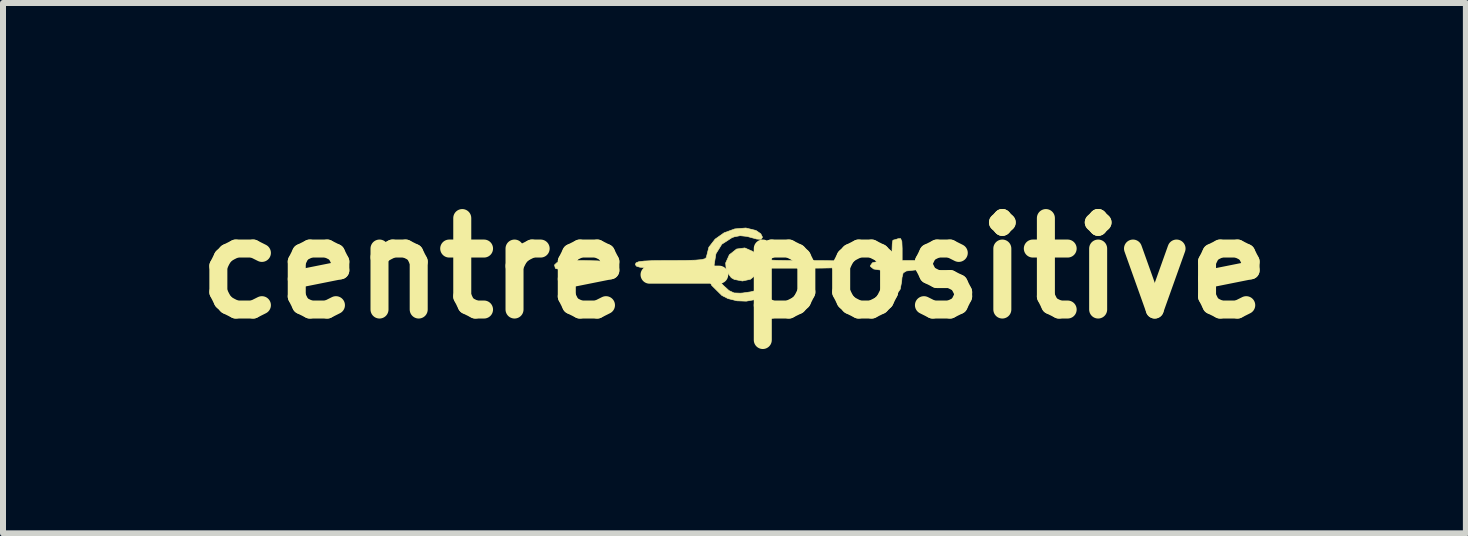
<source format=kicad_pcb>
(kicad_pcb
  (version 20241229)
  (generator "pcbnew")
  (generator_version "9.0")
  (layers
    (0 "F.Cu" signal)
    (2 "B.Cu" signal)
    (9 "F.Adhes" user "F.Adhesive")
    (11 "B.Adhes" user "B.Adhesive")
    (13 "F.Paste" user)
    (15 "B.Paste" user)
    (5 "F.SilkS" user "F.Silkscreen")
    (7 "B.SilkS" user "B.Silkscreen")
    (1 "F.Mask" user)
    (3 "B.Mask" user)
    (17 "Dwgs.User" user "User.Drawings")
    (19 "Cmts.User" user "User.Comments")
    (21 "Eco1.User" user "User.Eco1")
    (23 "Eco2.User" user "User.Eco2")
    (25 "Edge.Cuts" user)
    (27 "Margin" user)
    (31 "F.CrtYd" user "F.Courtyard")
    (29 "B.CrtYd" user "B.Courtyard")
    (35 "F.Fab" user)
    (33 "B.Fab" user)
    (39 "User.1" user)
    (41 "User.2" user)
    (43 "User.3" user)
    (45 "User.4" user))
  (footprint "centre-positive"
    (layer "F.Cu")
    (at 9.188 1.418)
    (property "Reference" "centre-positive" (at 0 0 0) (layer "F.SilkS") (effects (font (size 1.524 1.524) (thickness 0.3))))
    (attr through_hole)
    (fp_poly (pts (xy -2.276 -0.121) (xy -2.116 -0.101) (xy -2.038 -0.069) (xy -2.043 -0.024) (xy -2.079 0.004) (xy -2.149 0.022) (xy -2.274 0.034) (xy -2.435 0.04) (xy -2.607 0.04) (xy -2.769 0.035) (xy -2.9 0.024) (xy -2.975 0.007) (xy -2.985 0) (xy -2.999 -0.053) (xy -2.959 -0.091) (xy -2.858 -0.114) (xy -2.686 -0.125) (xy -2.519 -0.127) (xy -2.276 -0.121)) (stroke (width 0.01) (type solid)) (fill yes) (layer "F.SilkS"))
    (fp_poly (pts (xy 0.308 -0.277) (xy 0.356 -0.233) (xy 0.394 -0.194) (xy 0.435 -0.167) (xy 0.491 -0.148) (xy 0.578 -0.136) (xy 0.707 -0.13) (xy 0.892 -0.127) (xy 1.148 -0.127) (xy 1.18 -0.127) (xy 1.447 -0.126) (xy 1.642 -0.123) (xy 1.774 -0.115) (xy 1.854 -0.104) (xy 1.894 -0.087) (xy 1.905 -0.064) (xy 1.894 -0.04) (xy 1.854 -0.023) (xy 1.774 -0.012) (xy 1.643 -0.005) (xy 1.45 -0.001) (xy 1.184 -0.000002) (xy 1.169 0) (xy 0.433 0) (xy 0.364 0.106) (xy 0.266 0.185) (xy 0.133 0.214) (xy -0.003 0.188) (xy -0.053 0.159) (xy -0.136 0.049) (xy -0.147 -0.086) (xy -0.086 -0.222) (xy -0.084 -0.224) (xy 0.036 -0.319) (xy 0.172 -0.337) (xy 0.308 -0.277)) (stroke (width 0.01) (type solid)) (fill yes) (layer "F.SilkS"))
    (fp_poly (pts (xy 2.789 -0.444) (xy 2.794 -0.329) (xy 2.794 -0.322) (xy 2.794 -0.127) (xy 2.988 -0.127) (xy 3.107 -0.122) (xy 3.161 -0.101) (xy 3.168 -0.057) (xy 3.167 -0.053) (xy 3.129 0.001) (xy 3.028 0.029) (xy 2.976 0.034) (xy 2.864 0.047) (xy 2.811 0.079) (xy 2.791 0.158) (xy 2.786 0.221) (xy 2.762 0.35) (xy 2.718 0.414) (xy 2.662 0.403) (xy 2.654 0.396) (xy 2.635 0.338) (xy 2.625 0.232) (xy 2.625 0.207) (xy 2.62 0.107) (xy 2.591 0.058) (xy 2.513 0.04) (xy 2.445 0.034) (xy 2.319 0.014) (xy 2.267 -0.027) (xy 2.265 -0.042) (xy 2.298 -0.089) (xy 2.402 -0.115) (xy 2.445 -0.119) (xy 2.557 -0.131) (xy 2.609 -0.161) (xy 2.624 -0.232) (xy 2.625 -0.299) (xy 2.629 -0.404) (xy 2.639 -0.462) (xy 2.642 -0.466) (xy 2.692 -0.479) (xy 2.727 -0.491) (xy 2.768 -0.493) (xy 2.789 -0.444)) (stroke (width 0.01) (type solid)) (fill yes) (layer "F.SilkS"))
    (fp_poly (pts (xy 0.358 -0.628) (xy 0.438 -0.573) (xy 0.467 -0.516) (xy 0.444 -0.48) (xy 0.37 -0.485) (xy 0.209 -0.529) (xy 0.094 -0.541) (xy -0.004 -0.522) (xy -0.044 -0.507) (xy -0.211 -0.399) (xy -0.309 -0.24) (xy -0.339 -0.054) (xy -0.328 0.078) (xy -0.284 0.177) (xy -0.19 0.284) (xy -0.091 0.374) (xy -0.007 0.413) (xy 0.097 0.417) (xy 0.138 0.414) (xy 0.269 0.395) (xy 0.373 0.369) (xy 0.392 0.363) (xy 0.452 0.355) (xy 0.466 0.396) (xy 0.429 0.474) (xy 0.332 0.526) (xy 0.196 0.55) (xy 0.042 0.544) (xy -0.108 0.507) (xy -0.21 0.455) (xy -0.379 0.288) (xy -0.482 0.074) (xy -0.5 0.044) (xy -0.54 0.023) (xy -0.616 0.01) (xy -0.742 0.003) (xy -0.93 0.000342) (xy -1.078 0) (xy -1.313 -0.001) (xy -1.475 -0.006) (xy -1.577 -0.016) (xy -1.631 -0.032) (xy -1.65 -0.056) (xy -1.651 -0.064) (xy -1.639 -0.089) (xy -1.595 -0.107) (xy -1.508 -0.118) (xy -1.364 -0.125) (xy -1.152 -0.127) (xy -1.058 -0.127) (xy -0.82 -0.128) (xy -0.655 -0.133) (xy -0.549 -0.142) (xy -0.491 -0.157) (xy -0.468 -0.179) (xy -0.466 -0.193) (xy -0.427 -0.348) (xy -0.323 -0.483) (xy -0.173 -0.589) (xy 0.005 -0.654) (xy 0.19 -0.669) (xy 0.358 -0.628)) (stroke (width 0.01) (type solid)) (fill yes) (layer "F.SilkS")))
  (gr_rect
    (start -3 -3)
    (end 21.375 5.836)
    (stroke (width 0.1) (type default))
    (fill no)
    (layer "Edge.Cuts")))
</source>
